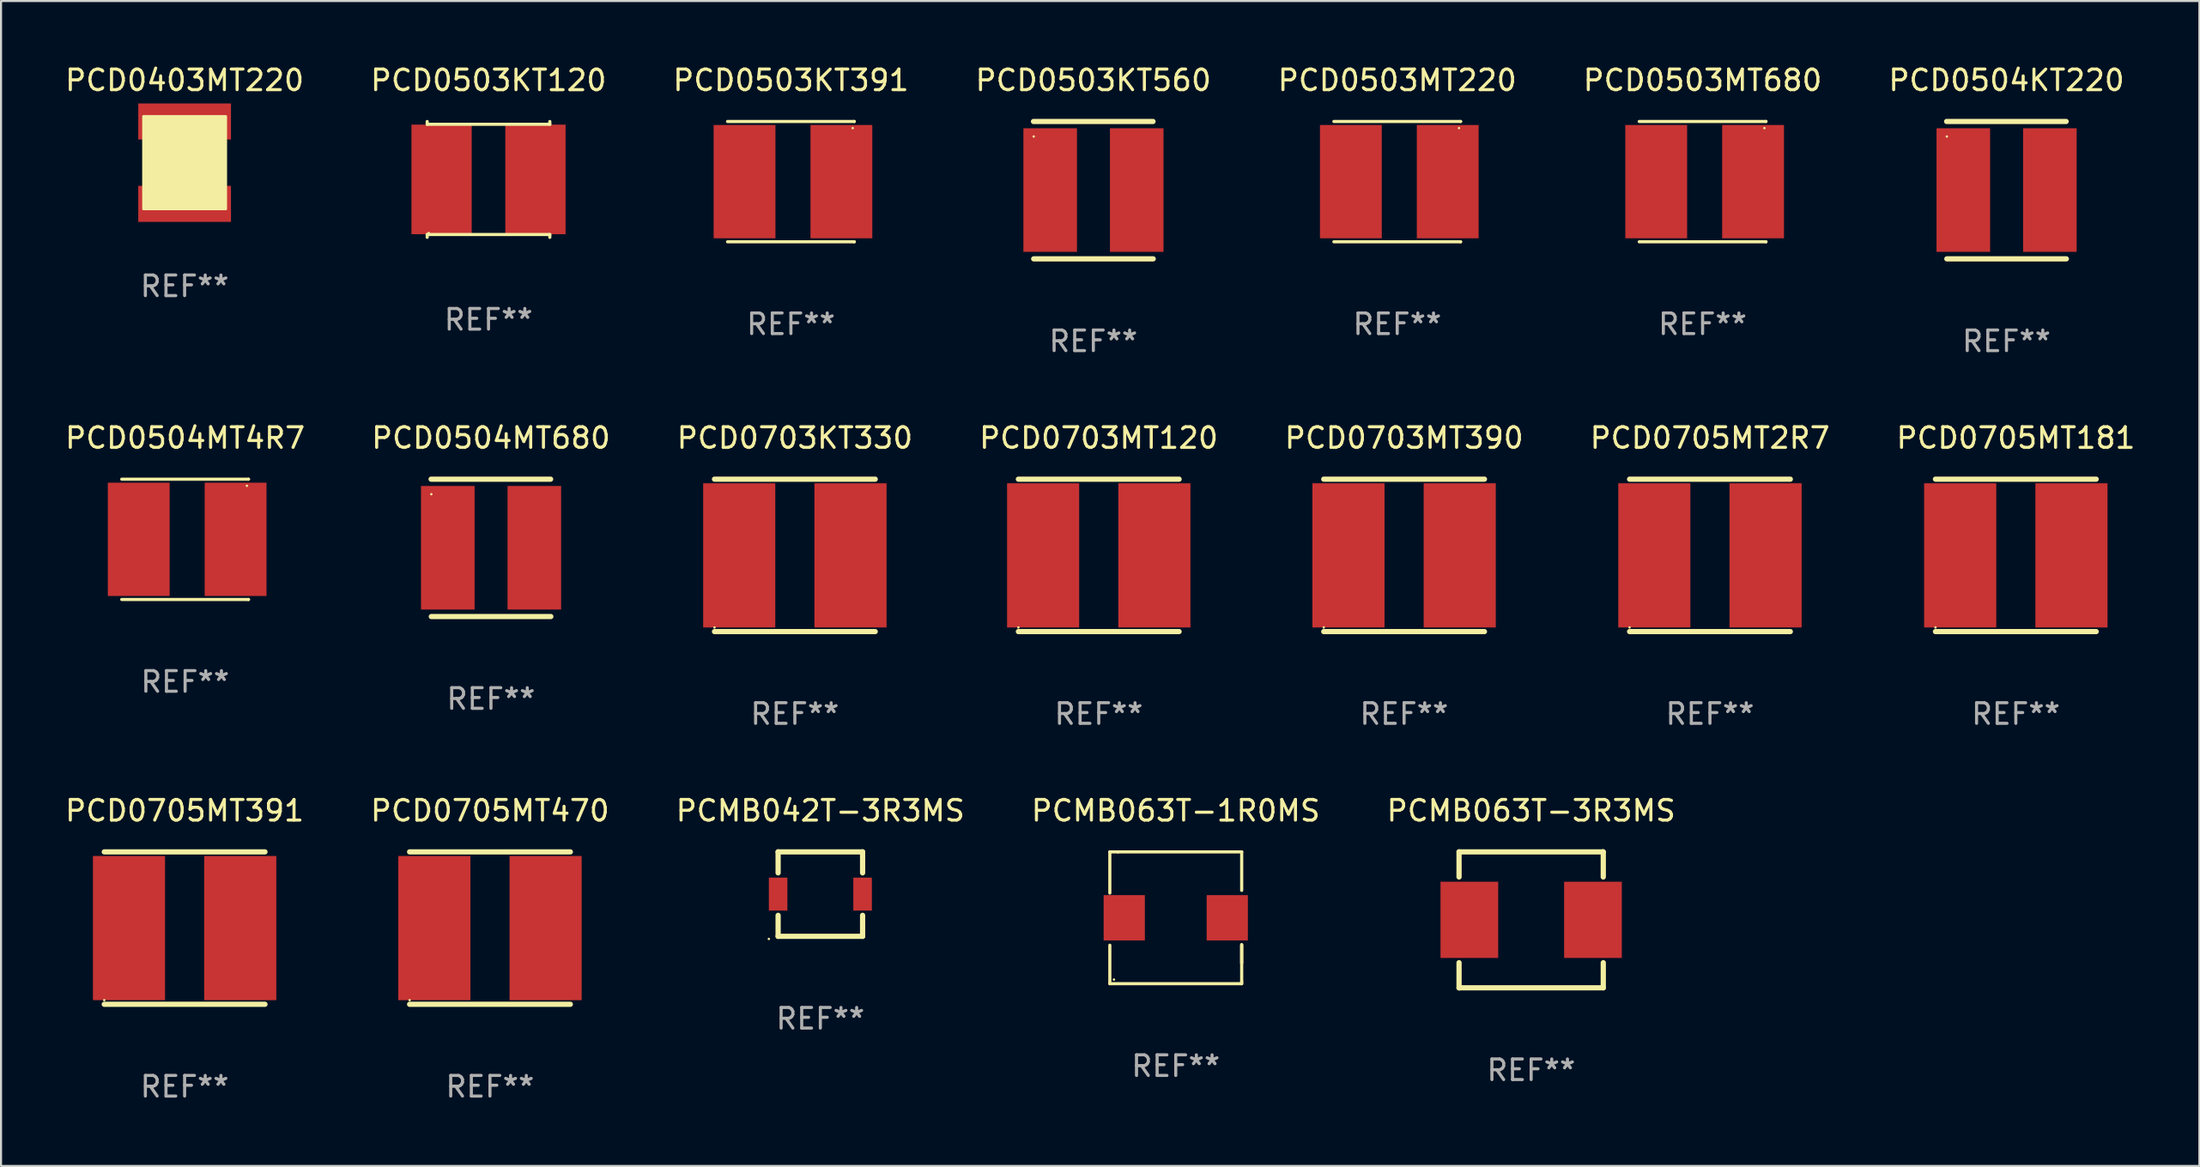
<source format=kicad_pcb>
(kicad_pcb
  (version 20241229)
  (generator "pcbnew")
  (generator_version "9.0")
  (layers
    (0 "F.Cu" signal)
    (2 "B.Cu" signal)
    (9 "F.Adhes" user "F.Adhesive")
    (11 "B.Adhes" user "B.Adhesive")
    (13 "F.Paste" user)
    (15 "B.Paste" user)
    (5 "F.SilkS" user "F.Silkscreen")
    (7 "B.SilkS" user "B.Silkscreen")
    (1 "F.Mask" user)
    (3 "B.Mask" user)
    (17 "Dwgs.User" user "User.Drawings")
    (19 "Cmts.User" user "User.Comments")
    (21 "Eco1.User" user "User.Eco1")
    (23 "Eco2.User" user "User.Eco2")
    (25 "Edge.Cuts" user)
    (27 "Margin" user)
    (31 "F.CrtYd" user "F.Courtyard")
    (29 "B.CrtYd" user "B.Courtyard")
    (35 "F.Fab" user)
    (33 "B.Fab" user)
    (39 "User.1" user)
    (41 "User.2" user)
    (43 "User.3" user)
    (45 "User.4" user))
  (footprint "PCD0703MT390"
    (layer "F.Cu")
    (at 65.101 23.915)
    (property "Reference" "PCD0703MT390" (at 0 -5.7 0) (layer "F.SilkS") (effects (font (size 1 1) (thickness 0.15))))
    (attr through_hole)
    (fp_line (start -3.9 -3.7) (end 3.9 -3.7) (stroke (width 0.254) (type solid)) (layer "F.SilkS"))
    (fp_line (start -3.9 3.7) (end 3.9 3.7) (stroke (width 0.254) (type solid)) (layer "F.SilkS"))
    (fp_circle (center -3.9 3.5) (end -3.87 3.5) (stroke (width 0.06) (type solid)) (fill no) (layer "F.SilkS"))
    (fp_text user "REF**" (at 0 7.7 0) (layer "F.Fab") (effects (font (size 1 1) (thickness 0.15))))
    (pad "1" smd rect (at -2.7 0) (size 3.5 7) (layers "F.Cu" "F.Mask" "F.Paste"))
    (pad "2" smd rect (at 2.7 0) (size 3.5 7) (layers "F.Cu" "F.Mask" "F.Paste")))
  (footprint "PCMB042T-3R3MS"
    (layer "F.Cu")
    (at 36.768 40.361)
    (property "Reference" "PCMB042T-3R3MS" (at 0 -4.05 0) (layer "F.SilkS") (effects (font (size 1 1) (thickness 0.15))))
    (attr through_hole)
    (fp_line (start -2.05 -2.05) (end -2.05 -1.031) (stroke (width 0.254) (type solid)) (layer "F.SilkS"))
    (fp_line (start -2.05 -2.05) (end 2.05 -2.05) (stroke (width 0.254) (type solid)) (layer "F.SilkS"))
    (fp_line (start -2.05 1.031) (end -2.05 2.05) (stroke (width 0.254) (type solid)) (layer "F.SilkS"))
    (fp_line (start -2.05 2.05) (end 2.05 2.05) (stroke (width 0.254) (type solid)) (layer "F.SilkS"))
    (fp_line (start 2.05 -1.031) (end 2.05 -2.05) (stroke (width 0.254) (type solid)) (layer "F.SilkS"))
    (fp_line (start 2.05 2.05) (end 2.05 1.031) (stroke (width 0.254) (type solid)) (layer "F.SilkS"))
    (fp_circle (center -2.5 2.177) (end -2.47 2.177) (stroke (width 0.06) (type solid)) (fill no) (layer "F.SilkS"))
    (fp_text user "REF**" (at 0 6.05 0) (layer "F.Fab") (effects (font (size 1 1) (thickness 0.15))))
    (pad "1" smd rect (at -2.05 0) (size 0.9 1.6) (layers "F.Cu" "F.Mask" "F.Paste"))
    (pad "2" smd rect (at 2.05 0) (size 0.9 1.6) (layers "F.Cu" "F.Mask" "F.Paste")))
  (footprint "PCD0705MT2R7"
    (layer "F.Cu")
    (at 79.946 23.915)
    (property "Reference" "PCD0705MT2R7" (at 0 -5.7 0) (layer "F.SilkS") (effects (font (size 1 1) (thickness 0.15))))
    (attr through_hole)
    (fp_line (start -3.9 -3.7) (end 3.9 -3.7) (stroke (width 0.254) (type solid)) (layer "F.SilkS"))
    (fp_line (start -3.9 3.7) (end 3.9 3.7) (stroke (width 0.254) (type solid)) (layer "F.SilkS"))
    (fp_circle (center -3.9 3.5) (end -3.87 3.5) (stroke (width 0.06) (type solid)) (fill no) (layer "F.SilkS"))
    (fp_text user "REF**" (at 0 7.7 0) (layer "F.Fab") (effects (font (size 1 1) (thickness 0.15))))
    (pad "1" smd rect (at -2.7 0) (size 3.5 7) (layers "F.Cu" "F.Mask" "F.Paste"))
    (pad "2" smd rect (at 2.7 0) (size 3.5 7) (layers "F.Cu" "F.Mask" "F.Paste")))
  (footprint "PCD0705MT470"
    (layer "F.Cu")
    (at 20.732 42.011)
    (property "Reference" "PCD0705MT470" (at 0 -5.7 0) (layer "F.SilkS") (effects (font (size 1 1) (thickness 0.15))))
    (attr through_hole)
    (fp_line (start -3.9 -3.7) (end 3.9 -3.7) (stroke (width 0.254) (type solid)) (layer "F.SilkS"))
    (fp_line (start -3.9 3.7) (end 3.9 3.7) (stroke (width 0.254) (type solid)) (layer "F.SilkS"))
    (fp_circle (center -3.9 3.5) (end -3.87 3.5) (stroke (width 0.06) (type solid)) (fill no) (layer "F.SilkS"))
    (fp_text user "REF**" (at 0 7.7 0) (layer "F.Fab") (effects (font (size 1 1) (thickness 0.15))))
    (pad "1" smd rect (at -2.7 0) (size 3.5 7) (layers "F.Cu" "F.Mask" "F.Paste"))
    (pad "2" smd rect (at 2.7 0) (size 3.5 7) (layers "F.Cu" "F.Mask" "F.Paste")))
  (footprint "PCD0504MT680"
    (layer "F.Cu")
    (at 20.78 23.55)
    (property "Reference" "PCD0504MT680" (at 0 -5.335 0) (layer "F.SilkS") (effects (font (size 1 1) (thickness 0.15))))
    (attr through_hole)
    (fp_line (start -2.905 -3.335) (end 2.895 -3.335) (stroke (width 0.254) (type solid)) (layer "F.SilkS"))
    (fp_line (start 2.905 3.335) (end -2.895 3.335) (stroke (width 0.254) (type solid)) (layer "F.SilkS"))
    (fp_circle (center -2.895 -2.605) (end -2.865 -2.605) (stroke (width 0.06) (type solid)) (fill no) (layer "F.SilkS"))
    (fp_text user "REF**" (at 0 7.335 0) (layer "F.Fab") (effects (font (size 1 1) (thickness 0.15))))
    (pad "1" smd rect (at -2.095 -0.005 90) (size 6 2.6) (layers "F.Cu" "F.Mask" "F.Paste"))
    (pad "2" smd rect (at 2.105 -0.005 90) (size 6 2.6) (layers "F.Cu" "F.Mask" "F.Paste")))
  (footprint "PCD0703MT120"
    (layer "F.Cu")
    (at 50.28 23.915)
    (property "Reference" "PCD0703MT120" (at 0 -5.7 0) (layer "F.SilkS") (effects (font (size 1 1) (thickness 0.15))))
    (attr through_hole)
    (fp_line (start -3.9 -3.7) (end 3.9 -3.7) (stroke (width 0.254) (type solid)) (layer "F.SilkS"))
    (fp_line (start -3.9 3.7) (end 3.9 3.7) (stroke (width 0.254) (type solid)) (layer "F.SilkS"))
    (fp_circle (center -3.9 3.5) (end -3.87 3.5) (stroke (width 0.06) (type solid)) (fill no) (layer "F.SilkS"))
    (fp_text user "REF**" (at 0 7.7 0) (layer "F.Fab") (effects (font (size 1 1) (thickness 0.15))))
    (pad "1" smd rect (at -2.7 0) (size 3.5 7) (layers "F.Cu" "F.Mask" "F.Paste"))
    (pad "2" smd rect (at 2.7 0) (size 3.5 7) (layers "F.Cu" "F.Mask" "F.Paste")))
  (footprint "PCD0503MT220"
    (layer "F.Cu")
    (at 64.768 5.769)
    (property "Reference" "PCD0503MT220" (at 0 -4.921 0) (layer "F.SilkS") (effects (font (size 1 1) (thickness 0.15))))
    (attr through_hole)
    (fp_line (start -3.076 2.921) (end 3.076 2.921) (stroke (width 0.152) (type solid)) (layer "F.SilkS"))
    (fp_line (start -3.076 -2.921) (end 3.076 -2.921) (stroke (width 0.152) (type solid)) (layer "F.SilkS"))
    (fp_line (start 3.076 2.921) (end 3.076 2.921) (stroke (width 0.152) (type solid)) (layer "F.SilkS"))
    (fp_line (start 3.076 -2.921) (end 3.076 -2.921) (stroke (width 0.152) (type solid)) (layer "F.SilkS"))
    (fp_circle (center 2.999 -2.6) (end 3.029 -2.6) (stroke (width 0.06) (type solid)) (fill no) (layer "F.SilkS"))
    (fp_text user "REF**" (at 0 6.921 0) (layer "F.Fab") (effects (font (size 1 1) (thickness 0.15))))
    (pad "1" smd rect (at 2.45 -0.000013) (size 3 5.5) (layers "F.Cu" "F.Mask" "F.Paste"))
    (pad "2" smd rect (at -2.251 -0.000013) (size 3 5.5) (layers "F.Cu" "F.Mask" "F.Paste")))
  (footprint "PCD0705MT181"
    (layer "F.Cu")
    (at 94.792 23.915)
    (property "Reference" "PCD0705MT181" (at 0 -5.7 0) (layer "F.SilkS") (effects (font (size 1 1) (thickness 0.15))))
    (attr through_hole)
    (fp_line (start -3.9 -3.7) (end 3.9 -3.7) (stroke (width 0.254) (type solid)) (layer "F.SilkS"))
    (fp_line (start -3.9 3.7) (end 3.9 3.7) (stroke (width 0.254) (type solid)) (layer "F.SilkS"))
    (fp_circle (center -3.9 3.5) (end -3.87 3.5) (stroke (width 0.06) (type solid)) (fill no) (layer "F.SilkS"))
    (fp_text user "REF**" (at 0 7.7 0) (layer "F.Fab") (effects (font (size 1 1) (thickness 0.15))))
    (pad "1" smd rect (at -2.7 0) (size 3.5 7) (layers "F.Cu" "F.Mask" "F.Paste"))
    (pad "2" smd rect (at 2.7 0) (size 3.5 7) (layers "F.Cu" "F.Mask" "F.Paste")))
  (footprint "PCMB063T-1R0MS"
    (layer "F.Cu")
    (at 54.018 41.511)
    (property "Reference" "PCMB063T-1R0MS" (at 0 -5.2 0) (layer "F.SilkS") (effects (font (size 1 1) (thickness 0.15))))
    (attr through_hole)
    (fp_line (start -3.2 -1.2) (end -3.2 -3.2) (stroke (width 0.152) (type solid)) (layer "F.SilkS"))
    (fp_line (start -3.2 3.2) (end -3.2 1.331) (stroke (width 0.152) (type solid)) (layer "F.SilkS"))
    (fp_line (start -2.8 -3.2) (end -3.2 -3.2) (stroke (width 0.152) (type solid)) (layer "F.SilkS"))
    (fp_line (start -2.8 -3.2) (end 3.2 -3.2) (stroke (width 0.152) (type solid)) (layer "F.SilkS"))
    (fp_line (start 3.2 -3.2) (end 3.2 -1.331) (stroke (width 0.152) (type solid)) (layer "F.SilkS"))
    (fp_line (start 3.2 1.3) (end 3.2 3.1) (stroke (width 0.152) (type solid)) (layer "F.SilkS"))
    (fp_line (start 3.2 1.331) (end 3.2 2.2) (stroke (width 0.152) (type solid)) (layer "F.SilkS"))
    (fp_line (start 3.2 3.1) (end 3.2 3.2) (stroke (width 0.152) (type solid)) (layer "F.SilkS"))
    (fp_line (start 3.2 3.2) (end -3.2 3.2) (stroke (width 0.152) (type solid)) (layer "F.SilkS"))
    (fp_circle (center -3 3) (end -2.97 3) (stroke (width 0.06) (type solid)) (fill no) (layer "F.SilkS"))
    (fp_text user "REF**" (at 0 7.2 0) (layer "F.Fab") (effects (font (size 1 1) (thickness 0.15))))
    (pad "1" smd rect (at -2.5 -0.000025 180) (size 2 2.2) (layers "F.Cu" "F.Mask" "F.Paste"))
    (pad "2" smd rect (at 2.5 -0.000025 180) (size 2 2.2) (layers "F.Cu" "F.Mask" "F.Paste")))
  (footprint "PCD0705MT391"
    (layer "F.Cu")
    (at 5.911 42.011)
    (property "Reference" "PCD0705MT391" (at 0 -5.7 0) (layer "F.SilkS") (effects (font (size 1 1) (thickness 0.15))))
    (attr through_hole)
    (fp_line (start -3.9 -3.7) (end 3.9 -3.7) (stroke (width 0.254) (type solid)) (layer "F.SilkS"))
    (fp_line (start -3.9 3.7) (end 3.9 3.7) (stroke (width 0.254) (type solid)) (layer "F.SilkS"))
    (fp_circle (center -3.9 3.5) (end -3.87 3.5) (stroke (width 0.06) (type solid)) (fill no) (layer "F.SilkS"))
    (fp_text user "REF**" (at 0 7.7 0) (layer "F.Fab") (effects (font (size 1 1) (thickness 0.15))))
    (pad "1" smd rect (at -2.7 0) (size 3.5 7) (layers "F.Cu" "F.Mask" "F.Paste"))
    (pad "2" smd rect (at 2.7 0) (size 3.5 7) (layers "F.Cu" "F.Mask" "F.Paste")))
  (footprint "PCD0503KT391"
    (layer "F.Cu")
    (at 35.339 5.769)
    (property "Reference" "PCD0503KT391" (at 0 -4.921 0) (layer "F.SilkS") (effects (font (size 1 1) (thickness 0.15))))
    (attr through_hole)
    (fp_line (start -3.076 2.921) (end 3.076 2.921) (stroke (width 0.152) (type solid)) (layer "F.SilkS"))
    (fp_line (start -3.076 -2.921) (end 3.076 -2.921) (stroke (width 0.152) (type solid)) (layer "F.SilkS"))
    (fp_line (start 3.076 2.921) (end 3.076 2.921) (stroke (width 0.152) (type solid)) (layer "F.SilkS"))
    (fp_line (start 3.076 -2.921) (end 3.076 -2.921) (stroke (width 0.152) (type solid)) (layer "F.SilkS"))
    (fp_circle (center 2.999 -2.6) (end 3.029 -2.6) (stroke (width 0.06) (type solid)) (fill no) (layer "F.SilkS"))
    (fp_text user "REF**" (at 0 6.921 0) (layer "F.Fab") (effects (font (size 1 1) (thickness 0.15))))
    (pad "1" smd rect (at 2.45 -0.000013) (size 3 5.5) (layers "F.Cu" "F.Mask" "F.Paste"))
    (pad "2" smd rect (at -2.251 -0.000013) (size 3 5.5) (layers "F.Cu" "F.Mask" "F.Paste")))
  (footprint "PCMB063T-3R3MS"
    (layer "F.Cu")
    (at 71.268 41.611)
    (property "Reference" "PCMB063T-3R3MS" (at 0 -5.3 0) (layer "F.SilkS") (effects (font (size 1 1) (thickness 0.15))))
    (attr through_hole)
    (fp_line (start -3.5 -3.3) (end 3.48 -3.3) (stroke (width 0.254) (type solid)) (layer "F.SilkS"))
    (fp_line (start -3.5 -2.081) (end -3.5 -3.3) (stroke (width 0.254) (type solid)) (layer "F.SilkS"))
    (fp_line (start -3.5 3.3) (end -3.5 2.081) (stroke (width 0.254) (type solid)) (layer "F.SilkS"))
    (fp_line (start -3.49 3.3) (end -3.5 3.3) (stroke (width 0.254) (type solid)) (layer "F.SilkS"))
    (fp_line (start 3.48 -3.3) (end 3.5 -3.28) (stroke (width 0.254) (type solid)) (layer "F.SilkS"))
    (fp_line (start 3.5 -3.3) (end 3.5 -2.081) (stroke (width 0.254) (type solid)) (layer "F.SilkS"))
    (fp_line (start 3.5 2.081) (end 3.5 3.3) (stroke (width 0.254) (type solid)) (layer "F.SilkS"))
    (fp_line (start 3.5 3.3) (end -3.49 3.3) (stroke (width 0.254) (type solid)) (layer "F.SilkS"))
    (fp_circle (center -3.5 3.3) (end -3.47 3.3) (stroke (width 0.06) (type solid)) (fill no) (layer "F.SilkS"))
    (fp_text user "REF**" (at 0 7.3 0) (layer "F.Fab") (effects (font (size 1 1) (thickness 0.15))))
    (pad "1" smd rect (at -3 0) (size 2.8 3.7) (layers "F.Cu" "F.Mask" "F.Paste"))
    (pad "2" smd rect (at 3 0) (size 2.8 3.7) (layers "F.Cu" "F.Mask" "F.Paste")))
  (footprint "PCD0504KT220"
    (layer "F.Cu")
    (at 94.339 6.183)
    (property "Reference" "PCD0504KT220" (at 0 -5.335 0) (layer "F.SilkS") (effects (font (size 1 1) (thickness 0.15))))
    (attr through_hole)
    (fp_line (start -2.905 -3.335) (end 2.895 -3.335) (stroke (width 0.254) (type solid)) (layer "F.SilkS"))
    (fp_line (start 2.905 3.335) (end -2.895 3.335) (stroke (width 0.254) (type solid)) (layer "F.SilkS"))
    (fp_circle (center -2.895 -2.605) (end -2.865 -2.605) (stroke (width 0.06) (type solid)) (fill no) (layer "F.SilkS"))
    (fp_text user "REF**" (at 0 7.335 0) (layer "F.Fab") (effects (font (size 1 1) (thickness 0.15))))
    (pad "1" smd rect (at -2.095 -0.005 90) (size 6 2.6) (layers "F.Cu" "F.Mask" "F.Paste"))
    (pad "2" smd rect (at 2.105 -0.005 90) (size 6 2.6) (layers "F.Cu" "F.Mask" "F.Paste")))
  (footprint "PCD0703KT330"
    (layer "F.Cu")
    (at 35.53 23.915)
    (property "Reference" "PCD0703KT330" (at 0 -5.7 0) (layer "F.SilkS") (effects (font (size 1 1) (thickness 0.15))))
    (attr through_hole)
    (fp_line (start -3.9 -3.7) (end 3.9 -3.7) (stroke (width 0.254) (type solid)) (layer "F.SilkS"))
    (fp_line (start -3.9 3.7) (end 3.9 3.7) (stroke (width 0.254) (type solid)) (layer "F.SilkS"))
    (fp_circle (center -3.9 3.5) (end -3.87 3.5) (stroke (width 0.06) (type solid)) (fill no) (layer "F.SilkS"))
    (fp_text user "REF**" (at 0 7.7 0) (layer "F.Fab") (effects (font (size 1 1) (thickness 0.15))))
    (pad "1" smd rect (at -2.7 0) (size 3.5 7) (layers "F.Cu" "F.Mask" "F.Paste"))
    (pad "2" smd rect (at 2.7 0) (size 3.5 7) (layers "F.Cu" "F.Mask" "F.Paste")))
  (footprint "PCD0403MT220"
    (layer "F.Cu")
    (at 5.911 4.848)
    (property "Reference" "PCD0403MT220" (at 0 -4 0) (layer "F.SilkS") (effects (font (size 1 1) (thickness 0.15))))
    (attr through_hole)
    (fp_poly (pts (xy -2 -2.25) (xy 2 -2.25) (xy 2 2.25) (xy -2 2.25)) (stroke (width 0.12) (type solid)) (fill yes) (layer "F.SilkS"))
    (fp_text user "REF**" (at 0 6 0) (layer "F.Fab") (effects (font (size 1 1) (thickness 0.15))))
    (pad "1" smd rect (at 0 2 90) (size 1.75 4.5) (layers "F.Cu" "F.Mask" "F.Paste"))
    (pad "2" smd rect (at 0 -2 90) (size 1.75 4.5) (layers "F.Cu" "F.Mask" "F.Paste")))
  (footprint "PCD0504MT4R7"
    (layer "F.Cu")
    (at 5.935 23.136)
    (property "Reference" "PCD0504MT4R7" (at 0 -4.921 0) (layer "F.SilkS") (effects (font (size 1 1) (thickness 0.15))))
    (attr through_hole)
    (fp_line (start -3.076 2.921) (end 3.076 2.921) (stroke (width 0.152) (type solid)) (layer "F.SilkS"))
    (fp_line (start -3.076 -2.921) (end 3.076 -2.921) (stroke (width 0.152) (type solid)) (layer "F.SilkS"))
    (fp_line (start 3.076 2.921) (end 3.076 2.921) (stroke (width 0.152) (type solid)) (layer "F.SilkS"))
    (fp_line (start 3.076 -2.921) (end 3.076 -2.921) (stroke (width 0.152) (type solid)) (layer "F.SilkS"))
    (fp_circle (center 2.999 -2.6) (end 3.029 -2.6) (stroke (width 0.06) (type solid)) (fill no) (layer "F.SilkS"))
    (fp_text user "REF**" (at 0 6.921 0) (layer "F.Fab") (effects (font (size 1 1) (thickness 0.15))))
    (pad "1" smd rect (at 2.45 -0.000013) (size 3 5.5) (layers "F.Cu" "F.Mask" "F.Paste"))
    (pad "2" smd rect (at -2.251 -0.000013) (size 3 5.5) (layers "F.Cu" "F.Mask" "F.Paste")))
  (footprint "PCD0503KT560"
    (layer "F.Cu")
    (at 50.018 6.183)
    (property "Reference" "PCD0503KT560" (at 0 -5.335 0) (layer "F.SilkS") (effects (font (size 1 1) (thickness 0.15))))
    (attr through_hole)
    (fp_line (start -2.905 -3.335) (end 2.895 -3.335) (stroke (width 0.254) (type solid)) (layer "F.SilkS"))
    (fp_line (start 2.905 3.335) (end -2.895 3.335) (stroke (width 0.254) (type solid)) (layer "F.SilkS"))
    (fp_circle (center -2.895 -2.605) (end -2.865 -2.605) (stroke (width 0.06) (type solid)) (fill no) (layer "F.SilkS"))
    (fp_text user "REF**" (at 0 7.335 0) (layer "F.Fab") (effects (font (size 1 1) (thickness 0.15))))
    (pad "1" smd rect (at -2.095 -0.005 90) (size 6 2.6) (layers "F.Cu" "F.Mask" "F.Paste"))
    (pad "2" smd rect (at 2.105 -0.005 90) (size 6 2.6) (layers "F.Cu" "F.Mask" "F.Paste")))
  (footprint "PCD0503KT120"
    (layer "F.Cu")
    (at 20.661 5.661)
    (property "Reference" "PCD0503KT120" (at 0 -4.812 0) (layer "F.SilkS") (effects (font (size 1 1) (thickness 0.15))))
    (attr through_hole)
    (fp_line (start -2.976 -2.812) (end -2.976 -2.676) (stroke (width 0.152) (type solid)) (layer "F.SilkS"))
    (fp_line (start -2.976 -2.676) (end 2.976 -2.676) (stroke (width 0.152) (type solid)) (layer "F.SilkS"))
    (fp_line (start -2.976 2.676) (end 2.976 2.676) (stroke (width 0.152) (type solid)) (layer "F.SilkS"))
    (fp_line (start -2.976 2.812) (end -2.976 2.676) (stroke (width 0.152) (type solid)) (layer "F.SilkS"))
    (fp_line (start 2.976 -2.676) (end 2.976 -2.812) (stroke (width 0.152) (type solid)) (layer "F.SilkS"))
    (fp_line (start 2.976 2.676) (end 2.976 2.812) (stroke (width 0.152) (type solid)) (layer "F.SilkS"))
    (fp_circle (center -2.9 2.6) (end -2.87 2.6) (stroke (width 0.06) (type solid)) (fill no) (layer "F.SilkS"))
    (fp_text user "REF**" (at 0 6.812 0) (layer "F.Fab") (effects (font (size 1 1) (thickness 0.15))))
    (pad "1" smd rect (at 2.278 0) (size 2.924 5.32) (layers "F.Cu" "F.Mask" "F.Paste"))
    (pad "2" smd rect (at -2.278 0) (size 2.924 5.32) (layers "F.Cu" "F.Mask" "F.Paste")))
  (footprint "PCD0503MT680"
    (layer "F.Cu")
    (at 79.589 5.769)
    (property "Reference" "PCD0503MT680" (at 0 -4.921 0) (layer "F.SilkS") (effects (font (size 1 1) (thickness 0.15))))
    (attr through_hole)
    (fp_line (start -3.076 2.921) (end 3.076 2.921) (stroke (width 0.152) (type solid)) (layer "F.SilkS"))
    (fp_line (start -3.076 -2.921) (end 3.076 -2.921) (stroke (width 0.152) (type solid)) (layer "F.SilkS"))
    (fp_line (start 3.076 2.921) (end 3.076 2.921) (stroke (width 0.152) (type solid)) (layer "F.SilkS"))
    (fp_line (start 3.076 -2.921) (end 3.076 -2.921) (stroke (width 0.152) (type solid)) (layer "F.SilkS"))
    (fp_circle (center 2.999 -2.6) (end 3.029 -2.6) (stroke (width 0.06) (type solid)) (fill no) (layer "F.SilkS"))
    (fp_text user "REF**" (at 0 6.921 0) (layer "F.Fab") (effects (font (size 1 1) (thickness 0.15))))
    (pad "1" smd rect (at 2.45 -0.000013) (size 3 5.5) (layers "F.Cu" "F.Mask" "F.Paste"))
    (pad "2" smd rect (at -2.251 -0.000013) (size 3 5.5) (layers "F.Cu" "F.Mask" "F.Paste")))
  (gr_rect
    (start -3 -3)
    (end 103.702 53.56)
    (stroke (width 0.1) (type default))
    (fill no)
    (layer "Edge.Cuts")))
</source>
